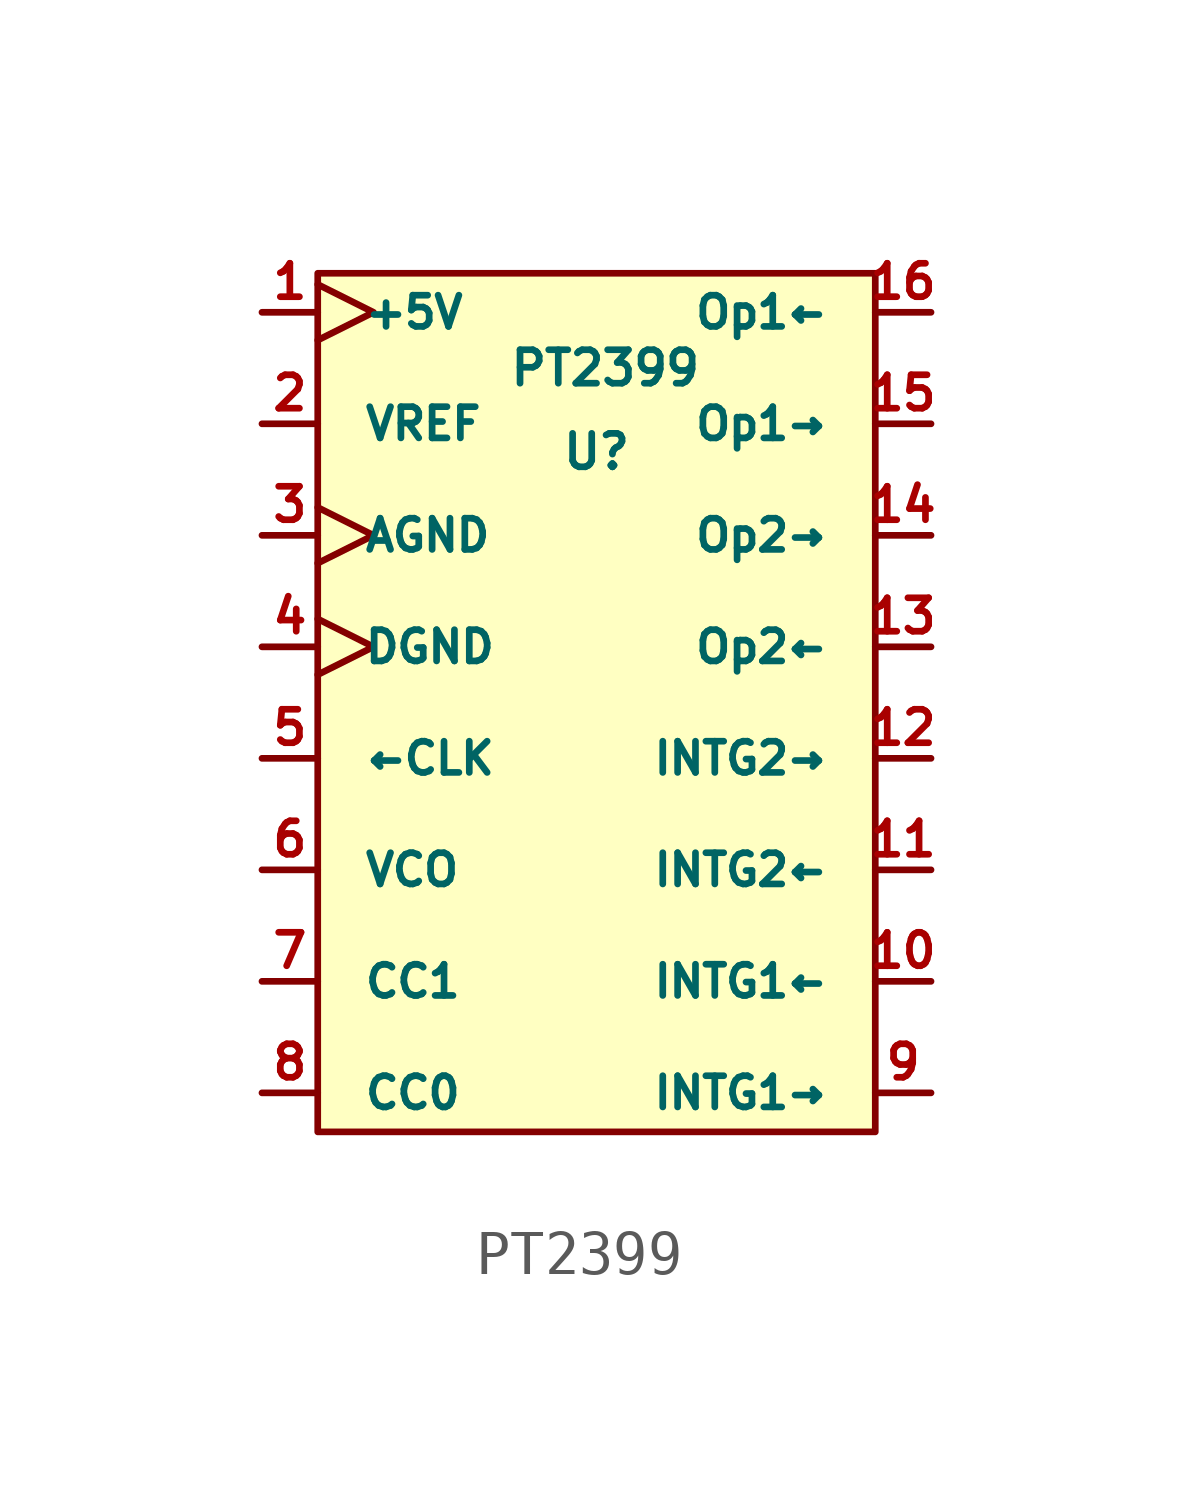
<source format=kicad_sym>
(kicad_symbol_lib
  (version 20220914)
  (generator kicad_symbol_editor)
  (symbol "PT2399 "
    (pin_names
      (offset 1.016))
    (property "Reference" "U"
      (at 0 5.715 0)
      (effects (font (size 0.762 0.762))))
    (property "Value" "PT2399 "
      (at 0.635 7.62 0)
      (effects (font (size 0.762 0.762))))
    (symbol "PT2399 _1_0"
      (rectangle (start -6.35 -9.779) (end 6.35 9.779) (stroke (width 0) (type solid)) (fill (type background))))
    (symbol "PT2399 _1_1"
      (pin power_in clock (at -7.62 8.89 0) (length 1.27) (name "+5V" (effects (font (size 0.711 0.711)))) (number "1" (effects (font (size 0.762 0.762)))))
      (pin input line (at 7.62 -6.35 180) (length 1.27) (name "INTG1←" (effects (font (size 0.711 0.711)))) (number "10" (effects (font (size 0.762 0.762)))))
      (pin input line (at 7.62 -3.81 180) (length 1.27) (name "INTG2←" (effects (font (size 0.711 0.711)))) (number "11" (effects (font (size 0.762 0.762)))))
      (pin output line (at 7.62 -1.27 180) (length 1.27) (name "INTG2→" (effects (font (size 0.711 0.711)))) (number "12" (effects (font (size 0.762 0.762)))))
      (pin input line (at 7.62 1.27 180) (length 1.27) (name "Op2←" (effects (font (size 0.711 0.711)))) (number "13" (effects (font (size 0.762 0.762)))))
      (pin output line (at 7.62 3.81 180) (length 1.27) (name "Op2→" (effects (font (size 0.711 0.711)))) (number "14" (effects (font (size 0.762 0.762)))))
      (pin output line (at 7.62 6.35 180) (length 1.27) (name "Op1→" (effects (font (size 0.711 0.711)))) (number "15" (effects (font (size 0.762 0.762)))))
      (pin input line (at 7.62 8.89 180) (length 1.27) (name "Op1←" (effects (font (size 0.711 0.711)))) (number "16" (effects (font (size 0.762 0.762)))))
      (pin input line (at -7.62 6.35 0) (length 1.27) (name "VREF" (effects (font (size 0.711 0.711)))) (number "2" (effects (font (size 0.762 0.762)))))
      (pin power_in clock (at -7.62 3.81 0) (length 1.27) (name "AGND" (effects (font (size 0.711 0.711)))) (number "3" (effects (font (size 0.762 0.762)))))
      (pin power_in clock (at -7.62 1.27 0) (length 1.27) (name "DGND" (effects (font (size 0.711 0.711)))) (number "4" (effects (font (size 0.762 0.762)))))
      (pin output line (at -7.62 -1.27 0) (length 1.27) (name "←CLK" (effects (font (size 0.711 0.711)))) (number "5" (effects (font (size 0.762 0.762)))))
      (pin input line (at -7.62 -3.81 0) (length 1.27) (name "VCO" (effects (font (size 0.711 0.711)))) (number "6" (effects (font (size 0.762 0.762)))))
      (pin input line (at -7.62 -6.35 0) (length 1.27) (name "CC1" (effects (font (size 0.711 0.711)))) (number "7" (effects (font (size 0.762 0.762)))))
      (pin input line (at -7.62 -8.89 0) (length 1.27) (name "CC0" (effects (font (size 0.711 0.711)))) (number "8" (effects (font (size 0.762 0.762)))))
      (pin output line (at 7.62 -8.89 180) (length 1.27) (name "INTG1→" (effects (font (size 0.711 0.711)))) (number "9" (effects (font (size 0.762 0.762))))))))
</source>
